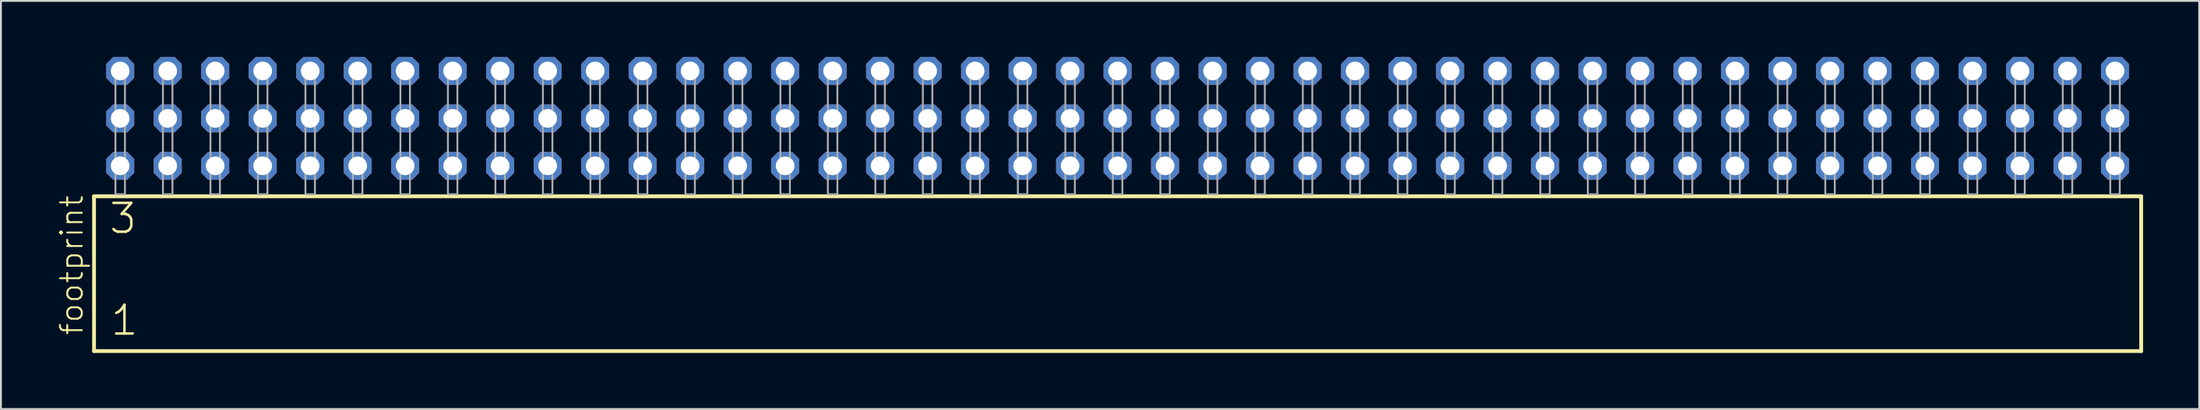
<source format=kicad_pcb>
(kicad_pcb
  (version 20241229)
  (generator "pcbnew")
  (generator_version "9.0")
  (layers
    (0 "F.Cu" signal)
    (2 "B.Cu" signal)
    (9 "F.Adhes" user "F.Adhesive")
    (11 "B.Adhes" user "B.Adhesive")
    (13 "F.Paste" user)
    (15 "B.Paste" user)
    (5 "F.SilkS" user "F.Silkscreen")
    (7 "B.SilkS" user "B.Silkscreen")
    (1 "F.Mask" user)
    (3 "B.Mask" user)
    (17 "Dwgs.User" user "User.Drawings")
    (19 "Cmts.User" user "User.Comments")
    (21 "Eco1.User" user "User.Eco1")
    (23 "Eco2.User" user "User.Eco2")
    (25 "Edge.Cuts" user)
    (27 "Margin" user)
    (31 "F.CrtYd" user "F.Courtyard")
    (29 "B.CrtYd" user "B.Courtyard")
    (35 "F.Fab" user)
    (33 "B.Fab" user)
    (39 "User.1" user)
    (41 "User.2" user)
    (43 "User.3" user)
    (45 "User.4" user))
  (footprint "footprint"
    (layer "F.Cu")
    (at 56.718 7.354)
    (property "Reference" "footprint" (at -55.245 7.62 90) (layer "F.SilkS") (effects (font (size 1.168 1.168) (thickness 0.102)) (justify left bottom)))
    (fp_line (start -54.739 0.106) (end -54.739 8.396) (stroke (width 0.203) (type solid)) (layer "F.SilkS"))
    (fp_line (start -54.739 8.396) (end 54.739 8.396) (stroke (width 0.203) (type solid)) (layer "F.SilkS"))
    (fp_line (start 54.739 0.106) (end -54.739 0.106) (stroke (width 0.203) (type solid)) (layer "F.SilkS"))
    (fp_line (start 54.739 8.396) (end 54.739 0.106) (stroke (width 0.203) (type solid)) (layer "F.SilkS"))
    (fp_poly (pts (xy -53.594 0) (xy -53.086 0) (xy -53.086 -6.858) (xy -53.594 -6.858)) (stroke (width 0.1) (type solid)) (fill no) (layer "F.Fab"))
    (fp_poly (pts (xy -51.054 0) (xy -50.546 0) (xy -50.546 -6.858) (xy -51.054 -6.858)) (stroke (width 0.1) (type solid)) (fill no) (layer "F.Fab"))
    (fp_poly (pts (xy -48.514 0) (xy -48.006 0) (xy -48.006 -6.858) (xy -48.514 -6.858)) (stroke (width 0.1) (type solid)) (fill no) (layer "F.Fab"))
    (fp_poly (pts (xy -45.974 0) (xy -45.466 0) (xy -45.466 -6.858) (xy -45.974 -6.858)) (stroke (width 0.1) (type solid)) (fill no) (layer "F.Fab"))
    (fp_poly (pts (xy -43.434 0) (xy -42.926 0) (xy -42.926 -6.858) (xy -43.434 -6.858)) (stroke (width 0.1) (type solid)) (fill no) (layer "F.Fab"))
    (fp_poly (pts (xy -40.894 0) (xy -40.386 0) (xy -40.386 -6.858) (xy -40.894 -6.858)) (stroke (width 0.1) (type solid)) (fill no) (layer "F.Fab"))
    (fp_poly (pts (xy -38.354 0) (xy -37.846 0) (xy -37.846 -6.858) (xy -38.354 -6.858)) (stroke (width 0.1) (type solid)) (fill no) (layer "F.Fab"))
    (fp_poly (pts (xy -35.814 0) (xy -35.306 0) (xy -35.306 -6.858) (xy -35.814 -6.858)) (stroke (width 0.1) (type solid)) (fill no) (layer "F.Fab"))
    (fp_poly (pts (xy -33.274 0) (xy -32.766 0) (xy -32.766 -6.858) (xy -33.274 -6.858)) (stroke (width 0.1) (type solid)) (fill no) (layer "F.Fab"))
    (fp_poly (pts (xy -30.734 0) (xy -30.226 0) (xy -30.226 -6.858) (xy -30.734 -6.858)) (stroke (width 0.1) (type solid)) (fill no) (layer "F.Fab"))
    (fp_poly (pts (xy -28.194 0) (xy -27.686 0) (xy -27.686 -6.858) (xy -28.194 -6.858)) (stroke (width 0.1) (type solid)) (fill no) (layer "F.Fab"))
    (fp_poly (pts (xy -25.654 0) (xy -25.146 0) (xy -25.146 -6.858) (xy -25.654 -6.858)) (stroke (width 0.1) (type solid)) (fill no) (layer "F.Fab"))
    (fp_poly (pts (xy -23.114 0) (xy -22.606 0) (xy -22.606 -6.858) (xy -23.114 -6.858)) (stroke (width 0.1) (type solid)) (fill no) (layer "F.Fab"))
    (fp_poly (pts (xy -20.574 0) (xy -20.066 0) (xy -20.066 -6.858) (xy -20.574 -6.858)) (stroke (width 0.1) (type solid)) (fill no) (layer "F.Fab"))
    (fp_poly (pts (xy -18.034 0) (xy -17.526 0) (xy -17.526 -6.858) (xy -18.034 -6.858)) (stroke (width 0.1) (type solid)) (fill no) (layer "F.Fab"))
    (fp_poly (pts (xy -15.494 0) (xy -14.986 0) (xy -14.986 -6.858) (xy -15.494 -6.858)) (stroke (width 0.1) (type solid)) (fill no) (layer "F.Fab"))
    (fp_poly (pts (xy -12.954 0) (xy -12.446 0) (xy -12.446 -6.858) (xy -12.954 -6.858)) (stroke (width 0.1) (type solid)) (fill no) (layer "F.Fab"))
    (fp_poly (pts (xy -10.414 0) (xy -9.906 0) (xy -9.906 -6.858) (xy -10.414 -6.858)) (stroke (width 0.1) (type solid)) (fill no) (layer "F.Fab"))
    (fp_poly (pts (xy -7.874 0) (xy -7.366 0) (xy -7.366 -6.858) (xy -7.874 -6.858)) (stroke (width 0.1) (type solid)) (fill no) (layer "F.Fab"))
    (fp_poly (pts (xy -5.334 0) (xy -4.826 0) (xy -4.826 -6.858) (xy -5.334 -6.858)) (stroke (width 0.1) (type solid)) (fill no) (layer "F.Fab"))
    (fp_poly (pts (xy -2.794 0) (xy -2.286 0) (xy -2.286 -6.858) (xy -2.794 -6.858)) (stroke (width 0.1) (type solid)) (fill no) (layer "F.Fab"))
    (fp_poly (pts (xy -0.254 0) (xy 0.254 0) (xy 0.254 -6.858) (xy -0.254 -6.858)) (stroke (width 0.1) (type solid)) (fill no) (layer "F.Fab"))
    (fp_poly (pts (xy 2.286 0) (xy 2.794 0) (xy 2.794 -6.858) (xy 2.286 -6.858)) (stroke (width 0.1) (type solid)) (fill no) (layer "F.Fab"))
    (fp_poly (pts (xy 4.826 0) (xy 5.334 0) (xy 5.334 -6.858) (xy 4.826 -6.858)) (stroke (width 0.1) (type solid)) (fill no) (layer "F.Fab"))
    (fp_poly (pts (xy 7.366 0) (xy 7.874 0) (xy 7.874 -6.858) (xy 7.366 -6.858)) (stroke (width 0.1) (type solid)) (fill no) (layer "F.Fab"))
    (fp_poly (pts (xy 9.906 0) (xy 10.414 0) (xy 10.414 -6.858) (xy 9.906 -6.858)) (stroke (width 0.1) (type solid)) (fill no) (layer "F.Fab"))
    (fp_poly (pts (xy 12.446 0) (xy 12.954 0) (xy 12.954 -6.858) (xy 12.446 -6.858)) (stroke (width 0.1) (type solid)) (fill no) (layer "F.Fab"))
    (fp_poly (pts (xy 14.986 0) (xy 15.494 0) (xy 15.494 -6.858) (xy 14.986 -6.858)) (stroke (width 0.1) (type solid)) (fill no) (layer "F.Fab"))
    (fp_poly (pts (xy 17.526 0) (xy 18.034 0) (xy 18.034 -6.858) (xy 17.526 -6.858)) (stroke (width 0.1) (type solid)) (fill no) (layer "F.Fab"))
    (fp_poly (pts (xy 20.066 0) (xy 20.574 0) (xy 20.574 -6.858) (xy 20.066 -6.858)) (stroke (width 0.1) (type solid)) (fill no) (layer "F.Fab"))
    (fp_poly (pts (xy 22.606 0) (xy 23.114 0) (xy 23.114 -6.858) (xy 22.606 -6.858)) (stroke (width 0.1) (type solid)) (fill no) (layer "F.Fab"))
    (fp_poly (pts (xy 25.146 0) (xy 25.654 0) (xy 25.654 -6.858) (xy 25.146 -6.858)) (stroke (width 0.1) (type solid)) (fill no) (layer "F.Fab"))
    (fp_poly (pts (xy 27.686 0) (xy 28.194 0) (xy 28.194 -6.858) (xy 27.686 -6.858)) (stroke (width 0.1) (type solid)) (fill no) (layer "F.Fab"))
    (fp_poly (pts (xy 30.226 0) (xy 30.734 0) (xy 30.734 -6.858) (xy 30.226 -6.858)) (stroke (width 0.1) (type solid)) (fill no) (layer "F.Fab"))
    (fp_poly (pts (xy 32.766 0) (xy 33.274 0) (xy 33.274 -6.858) (xy 32.766 -6.858)) (stroke (width 0.1) (type solid)) (fill no) (layer "F.Fab"))
    (fp_poly (pts (xy 35.306 0) (xy 35.814 0) (xy 35.814 -6.858) (xy 35.306 -6.858)) (stroke (width 0.1) (type solid)) (fill no) (layer "F.Fab"))
    (fp_poly (pts (xy 37.846 0) (xy 38.354 0) (xy 38.354 -6.858) (xy 37.846 -6.858)) (stroke (width 0.1) (type solid)) (fill no) (layer "F.Fab"))
    (fp_poly (pts (xy 40.386 0) (xy 40.894 0) (xy 40.894 -6.858) (xy 40.386 -6.858)) (stroke (width 0.1) (type solid)) (fill no) (layer "F.Fab"))
    (fp_poly (pts (xy 42.926 0) (xy 43.434 0) (xy 43.434 -6.858) (xy 42.926 -6.858)) (stroke (width 0.1) (type solid)) (fill no) (layer "F.Fab"))
    (fp_poly (pts (xy 45.466 0) (xy 45.974 0) (xy 45.974 -6.858) (xy 45.466 -6.858)) (stroke (width 0.1) (type solid)) (fill no) (layer "F.Fab"))
    (fp_poly (pts (xy 48.006 0) (xy 48.514 0) (xy 48.514 -6.858) (xy 48.006 -6.858)) (stroke (width 0.1) (type solid)) (fill no) (layer "F.Fab"))
    (fp_poly (pts (xy 50.546 0) (xy 51.054 0) (xy 51.054 -6.858) (xy 50.546 -6.858)) (stroke (width 0.1) (type solid)) (fill no) (layer "F.Fab"))
    (fp_poly (pts (xy 53.086 0) (xy 53.594 0) (xy 53.594 -6.858) (xy 53.086 -6.858)) (stroke (width 0.1) (type solid)) (fill no) (layer "F.Fab"))
    (fp_text user "3" (at -54.01 2.2 0) (layer "F.SilkS") (effects (font (size 1.542 1.542) (thickness 0.134)) (justify left bottom)))
    (fp_text user "1" (at -53.935 7.65 0) (layer "F.SilkS") (effects (font (size 1.542 1.542) (thickness 0.134)) (justify left bottom)))
    (pad "1" thru_hole roundrect (at -53.34 -1.524) (size 1.5 1.5) (drill 1) (layers "*.Cu" "*.Mask") (roundrect_rratio 0.25) (chamfer_ratio 0.25) (chamfer top_left top_right bottom_left bottom_right))
    (pad "2" thru_hole roundrect (at -53.34 -4.064) (size 1.5 1.5) (drill 1) (layers "*.Cu" "*.Mask") (roundrect_rratio 0.25) (chamfer_ratio 0.25) (chamfer top_left top_right bottom_left bottom_right))
    (pad "3" thru_hole roundrect (at -53.34 -6.604) (size 1.5 1.5) (drill 1) (layers "*.Cu" "*.Mask") (roundrect_rratio 0.25) (chamfer_ratio 0.25) (chamfer top_left top_right bottom_left bottom_right))
    (pad "4" thru_hole roundrect (at -50.8 -1.524) (size 1.5 1.5) (drill 1) (layers "*.Cu" "*.Mask") (roundrect_rratio 0.25) (chamfer_ratio 0.25) (chamfer top_left top_right bottom_left bottom_right))
    (pad "5" thru_hole roundrect (at -50.8 -4.064) (size 1.5 1.5) (drill 1) (layers "*.Cu" "*.Mask") (roundrect_rratio 0.25) (chamfer_ratio 0.25) (chamfer top_left top_right bottom_left bottom_right))
    (pad "6" thru_hole roundrect (at -50.8 -6.604) (size 1.5 1.5) (drill 1) (layers "*.Cu" "*.Mask") (roundrect_rratio 0.25) (chamfer_ratio 0.25) (chamfer top_left top_right bottom_left bottom_right))
    (pad "7" thru_hole roundrect (at -48.26 -1.524) (size 1.5 1.5) (drill 1) (layers "*.Cu" "*.Mask") (roundrect_rratio 0.25) (chamfer_ratio 0.25) (chamfer top_left top_right bottom_left bottom_right))
    (pad "8" thru_hole roundrect (at -48.26 -4.064) (size 1.5 1.5) (drill 1) (layers "*.Cu" "*.Mask") (roundrect_rratio 0.25) (chamfer_ratio 0.25) (chamfer top_left top_right bottom_left bottom_right))
    (pad "9" thru_hole roundrect (at -48.26 -6.604) (size 1.5 1.5) (drill 1) (layers "*.Cu" "*.Mask") (roundrect_rratio 0.25) (chamfer_ratio 0.25) (chamfer top_left top_right bottom_left bottom_right))
    (pad "10" thru_hole roundrect (at -45.72 -1.524) (size 1.5 1.5) (drill 1) (layers "*.Cu" "*.Mask") (roundrect_rratio 0.25) (chamfer_ratio 0.25) (chamfer top_left top_right bottom_left bottom_right))
    (pad "11" thru_hole roundrect (at -45.72 -4.064) (size 1.5 1.5) (drill 1) (layers "*.Cu" "*.Mask") (roundrect_rratio 0.25) (chamfer_ratio 0.25) (chamfer top_left top_right bottom_left bottom_right))
    (pad "12" thru_hole roundrect (at -45.72 -6.604) (size 1.5 1.5) (drill 1) (layers "*.Cu" "*.Mask") (roundrect_rratio 0.25) (chamfer_ratio 0.25) (chamfer top_left top_right bottom_left bottom_right))
    (pad "13" thru_hole roundrect (at -43.18 -1.524) (size 1.5 1.5) (drill 1) (layers "*.Cu" "*.Mask") (roundrect_rratio 0.25) (chamfer_ratio 0.25) (chamfer top_left top_right bottom_left bottom_right))
    (pad "14" thru_hole roundrect (at -43.18 -4.064) (size 1.5 1.5) (drill 1) (layers "*.Cu" "*.Mask") (roundrect_rratio 0.25) (chamfer_ratio 0.25) (chamfer top_left top_right bottom_left bottom_right))
    (pad "15" thru_hole roundrect (at -43.18 -6.604) (size 1.5 1.5) (drill 1) (layers "*.Cu" "*.Mask") (roundrect_rratio 0.25) (chamfer_ratio 0.25) (chamfer top_left top_right bottom_left bottom_right))
    (pad "16" thru_hole roundrect (at -40.64 -1.524) (size 1.5 1.5) (drill 1) (layers "*.Cu" "*.Mask") (roundrect_rratio 0.25) (chamfer_ratio 0.25) (chamfer top_left top_right bottom_left bottom_right))
    (pad "17" thru_hole roundrect (at -40.64 -4.064) (size 1.5 1.5) (drill 1) (layers "*.Cu" "*.Mask") (roundrect_rratio 0.25) (chamfer_ratio 0.25) (chamfer top_left top_right bottom_left bottom_right))
    (pad "18" thru_hole roundrect (at -40.64 -6.604) (size 1.5 1.5) (drill 1) (layers "*.Cu" "*.Mask") (roundrect_rratio 0.25) (chamfer_ratio 0.25) (chamfer top_left top_right bottom_left bottom_right))
    (pad "19" thru_hole roundrect (at -38.1 -1.524) (size 1.5 1.5) (drill 1) (layers "*.Cu" "*.Mask") (roundrect_rratio 0.25) (chamfer_ratio 0.25) (chamfer top_left top_right bottom_left bottom_right))
    (pad "20" thru_hole roundrect (at -38.1 -4.064) (size 1.5 1.5) (drill 1) (layers "*.Cu" "*.Mask") (roundrect_rratio 0.25) (chamfer_ratio 0.25) (chamfer top_left top_right bottom_left bottom_right))
    (pad "21" thru_hole roundrect (at -38.1 -6.604) (size 1.5 1.5) (drill 1) (layers "*.Cu" "*.Mask") (roundrect_rratio 0.25) (chamfer_ratio 0.25) (chamfer top_left top_right bottom_left bottom_right))
    (pad "22" thru_hole roundrect (at -35.56 -1.524) (size 1.5 1.5) (drill 1) (layers "*.Cu" "*.Mask") (roundrect_rratio 0.25) (chamfer_ratio 0.25) (chamfer top_left top_right bottom_left bottom_right))
    (pad "23" thru_hole roundrect (at -35.56 -4.064) (size 1.5 1.5) (drill 1) (layers "*.Cu" "*.Mask") (roundrect_rratio 0.25) (chamfer_ratio 0.25) (chamfer top_left top_right bottom_left bottom_right))
    (pad "24" thru_hole roundrect (at -35.56 -6.604) (size 1.5 1.5) (drill 1) (layers "*.Cu" "*.Mask") (roundrect_rratio 0.25) (chamfer_ratio 0.25) (chamfer top_left top_right bottom_left bottom_right))
    (pad "25" thru_hole roundrect (at -33.02 -1.524) (size 1.5 1.5) (drill 1) (layers "*.Cu" "*.Mask") (roundrect_rratio 0.25) (chamfer_ratio 0.25) (chamfer top_left top_right bottom_left bottom_right))
    (pad "26" thru_hole roundrect (at -33.02 -4.064) (size 1.5 1.5) (drill 1) (layers "*.Cu" "*.Mask") (roundrect_rratio 0.25) (chamfer_ratio 0.25) (chamfer top_left top_right bottom_left bottom_right))
    (pad "27" thru_hole roundrect (at -33.02 -6.604) (size 1.5 1.5) (drill 1) (layers "*.Cu" "*.Mask") (roundrect_rratio 0.25) (chamfer_ratio 0.25) (chamfer top_left top_right bottom_left bottom_right))
    (pad "28" thru_hole roundrect (at -30.48 -1.524) (size 1.5 1.5) (drill 1) (layers "*.Cu" "*.Mask") (roundrect_rratio 0.25) (chamfer_ratio 0.25) (chamfer top_left top_right bottom_left bottom_right))
    (pad "29" thru_hole roundrect (at -30.48 -4.064) (size 1.5 1.5) (drill 1) (layers "*.Cu" "*.Mask") (roundrect_rratio 0.25) (chamfer_ratio 0.25) (chamfer top_left top_right bottom_left bottom_right))
    (pad "30" thru_hole roundrect (at -30.48 -6.604) (size 1.5 1.5) (drill 1) (layers "*.Cu" "*.Mask") (roundrect_rratio 0.25) (chamfer_ratio 0.25) (chamfer top_left top_right bottom_left bottom_right))
    (pad "31" thru_hole roundrect (at -27.94 -1.524) (size 1.5 1.5) (drill 1) (layers "*.Cu" "*.Mask") (roundrect_rratio 0.25) (chamfer_ratio 0.25) (chamfer top_left top_right bottom_left bottom_right))
    (pad "32" thru_hole roundrect (at -27.94 -4.064) (size 1.5 1.5) (drill 1) (layers "*.Cu" "*.Mask") (roundrect_rratio 0.25) (chamfer_ratio 0.25) (chamfer top_left top_right bottom_left bottom_right))
    (pad "33" thru_hole roundrect (at -27.94 -6.604) (size 1.5 1.5) (drill 1) (layers "*.Cu" "*.Mask") (roundrect_rratio 0.25) (chamfer_ratio 0.25) (chamfer top_left top_right bottom_left bottom_right))
    (pad "34" thru_hole roundrect (at -25.4 -1.524) (size 1.5 1.5) (drill 1) (layers "*.Cu" "*.Mask") (roundrect_rratio 0.25) (chamfer_ratio 0.25) (chamfer top_left top_right bottom_left bottom_right))
    (pad "35" thru_hole roundrect (at -25.4 -4.064) (size 1.5 1.5) (drill 1) (layers "*.Cu" "*.Mask") (roundrect_rratio 0.25) (chamfer_ratio 0.25) (chamfer top_left top_right bottom_left bottom_right))
    (pad "36" thru_hole roundrect (at -25.4 -6.604) (size 1.5 1.5) (drill 1) (layers "*.Cu" "*.Mask") (roundrect_rratio 0.25) (chamfer_ratio 0.25) (chamfer top_left top_right bottom_left bottom_right))
    (pad "37" thru_hole roundrect (at -22.86 -1.524) (size 1.5 1.5) (drill 1) (layers "*.Cu" "*.Mask") (roundrect_rratio 0.25) (chamfer_ratio 0.25) (chamfer top_left top_right bottom_left bottom_right))
    (pad "38" thru_hole roundrect (at -22.86 -4.064) (size 1.5 1.5) (drill 1) (layers "*.Cu" "*.Mask") (roundrect_rratio 0.25) (chamfer_ratio 0.25) (chamfer top_left top_right bottom_left bottom_right))
    (pad "39" thru_hole roundrect (at -22.86 -6.604) (size 1.5 1.5) (drill 1) (layers "*.Cu" "*.Mask") (roundrect_rratio 0.25) (chamfer_ratio 0.25) (chamfer top_left top_right bottom_left bottom_right))
    (pad "40" thru_hole roundrect (at -20.32 -1.524) (size 1.5 1.5) (drill 1) (layers "*.Cu" "*.Mask") (roundrect_rratio 0.25) (chamfer_ratio 0.25) (chamfer top_left top_right bottom_left bottom_right))
    (pad "41" thru_hole roundrect (at -20.32 -4.064) (size 1.5 1.5) (drill 1) (layers "*.Cu" "*.Mask") (roundrect_rratio 0.25) (chamfer_ratio 0.25) (chamfer top_left top_right bottom_left bottom_right))
    (pad "42" thru_hole roundrect (at -20.32 -6.604) (size 1.5 1.5) (drill 1) (layers "*.Cu" "*.Mask") (roundrect_rratio 0.25) (chamfer_ratio 0.25) (chamfer top_left top_right bottom_left bottom_right))
    (pad "43" thru_hole roundrect (at -17.78 -1.524) (size 1.5 1.5) (drill 1) (layers "*.Cu" "*.Mask") (roundrect_rratio 0.25) (chamfer_ratio 0.25) (chamfer top_left top_right bottom_left bottom_right))
    (pad "44" thru_hole roundrect (at -17.78 -4.064) (size 1.5 1.5) (drill 1) (layers "*.Cu" "*.Mask") (roundrect_rratio 0.25) (chamfer_ratio 0.25) (chamfer top_left top_right bottom_left bottom_right))
    (pad "45" thru_hole roundrect (at -17.78 -6.604) (size 1.5 1.5) (drill 1) (layers "*.Cu" "*.Mask") (roundrect_rratio 0.25) (chamfer_ratio 0.25) (chamfer top_left top_right bottom_left bottom_right))
    (pad "46" thru_hole roundrect (at -15.24 -1.524) (size 1.5 1.5) (drill 1) (layers "*.Cu" "*.Mask") (roundrect_rratio 0.25) (chamfer_ratio 0.25) (chamfer top_left top_right bottom_left bottom_right))
    (pad "47" thru_hole roundrect (at -15.24 -4.064) (size 1.5 1.5) (drill 1) (layers "*.Cu" "*.Mask") (roundrect_rratio 0.25) (chamfer_ratio 0.25) (chamfer top_left top_right bottom_left bottom_right))
    (pad "48" thru_hole roundrect (at -15.24 -6.604) (size 1.5 1.5) (drill 1) (layers "*.Cu" "*.Mask") (roundrect_rratio 0.25) (chamfer_ratio 0.25) (chamfer top_left top_right bottom_left bottom_right))
    (pad "49" thru_hole roundrect (at -12.7 -1.524) (size 1.5 1.5) (drill 1) (layers "*.Cu" "*.Mask") (roundrect_rratio 0.25) (chamfer_ratio 0.25) (chamfer top_left top_right bottom_left bottom_right))
    (pad "50" thru_hole roundrect (at -12.7 -4.064) (size 1.5 1.5) (drill 1) (layers "*.Cu" "*.Mask") (roundrect_rratio 0.25) (chamfer_ratio 0.25) (chamfer top_left top_right bottom_left bottom_right))
    (pad "51" thru_hole roundrect (at -12.7 -6.604) (size 1.5 1.5) (drill 1) (layers "*.Cu" "*.Mask") (roundrect_rratio 0.25) (chamfer_ratio 0.25) (chamfer top_left top_right bottom_left bottom_right))
    (pad "52" thru_hole roundrect (at -10.16 -1.524) (size 1.5 1.5) (drill 1) (layers "*.Cu" "*.Mask") (roundrect_rratio 0.25) (chamfer_ratio 0.25) (chamfer top_left top_right bottom_left bottom_right))
    (pad "53" thru_hole roundrect (at -10.16 -4.064) (size 1.5 1.5) (drill 1) (layers "*.Cu" "*.Mask") (roundrect_rratio 0.25) (chamfer_ratio 0.25) (chamfer top_left top_right bottom_left bottom_right))
    (pad "54" thru_hole roundrect (at -10.16 -6.604) (size 1.5 1.5) (drill 1) (layers "*.Cu" "*.Mask") (roundrect_rratio 0.25) (chamfer_ratio 0.25) (chamfer top_left top_right bottom_left bottom_right))
    (pad "55" thru_hole roundrect (at -7.62 -1.524) (size 1.5 1.5) (drill 1) (layers "*.Cu" "*.Mask") (roundrect_rratio 0.25) (chamfer_ratio 0.25) (chamfer top_left top_right bottom_left bottom_right))
    (pad "56" thru_hole roundrect (at -7.62 -4.064) (size 1.5 1.5) (drill 1) (layers "*.Cu" "*.Mask") (roundrect_rratio 0.25) (chamfer_ratio 0.25) (chamfer top_left top_right bottom_left bottom_right))
    (pad "57" thru_hole roundrect (at -7.62 -6.604) (size 1.5 1.5) (drill 1) (layers "*.Cu" "*.Mask") (roundrect_rratio 0.25) (chamfer_ratio 0.25) (chamfer top_left top_right bottom_left bottom_right))
    (pad "58" thru_hole roundrect (at -5.08 -1.524) (size 1.5 1.5) (drill 1) (layers "*.Cu" "*.Mask") (roundrect_rratio 0.25) (chamfer_ratio 0.25) (chamfer top_left top_right bottom_left bottom_right))
    (pad "59" thru_hole roundrect (at -5.08 -4.064) (size 1.5 1.5) (drill 1) (layers "*.Cu" "*.Mask") (roundrect_rratio 0.25) (chamfer_ratio 0.25) (chamfer top_left top_right bottom_left bottom_right))
    (pad "60" thru_hole roundrect (at -5.08 -6.604) (size 1.5 1.5) (drill 1) (layers "*.Cu" "*.Mask") (roundrect_rratio 0.25) (chamfer_ratio 0.25) (chamfer top_left top_right bottom_left bottom_right))
    (pad "61" thru_hole roundrect (at -2.54 -1.524) (size 1.5 1.5) (drill 1) (layers "*.Cu" "*.Mask") (roundrect_rratio 0.25) (chamfer_ratio 0.25) (chamfer top_left top_right bottom_left bottom_right))
    (pad "62" thru_hole roundrect (at -2.54 -4.064) (size 1.5 1.5) (drill 1) (layers "*.Cu" "*.Mask") (roundrect_rratio 0.25) (chamfer_ratio 0.25) (chamfer top_left top_right bottom_left bottom_right))
    (pad "63" thru_hole roundrect (at -2.54 -6.604) (size 1.5 1.5) (drill 1) (layers "*.Cu" "*.Mask") (roundrect_rratio 0.25) (chamfer_ratio 0.25) (chamfer top_left top_right bottom_left bottom_right))
    (pad "64" thru_hole roundrect (at 0 -1.524) (size 1.5 1.5) (drill 1) (layers "*.Cu" "*.Mask") (roundrect_rratio 0.25) (chamfer_ratio 0.25) (chamfer top_left top_right bottom_left bottom_right))
    (pad "65" thru_hole roundrect (at 0 -4.064) (size 1.5 1.5) (drill 1) (layers "*.Cu" "*.Mask") (roundrect_rratio 0.25) (chamfer_ratio 0.25) (chamfer top_left top_right bottom_left bottom_right))
    (pad "66" thru_hole roundrect (at 0 -6.604) (size 1.5 1.5) (drill 1) (layers "*.Cu" "*.Mask") (roundrect_rratio 0.25) (chamfer_ratio 0.25) (chamfer top_left top_right bottom_left bottom_right))
    (pad "67" thru_hole roundrect (at 2.54 -1.524) (size 1.5 1.5) (drill 1) (layers "*.Cu" "*.Mask") (roundrect_rratio 0.25) (chamfer_ratio 0.25) (chamfer top_left top_right bottom_left bottom_right))
    (pad "68" thru_hole roundrect (at 2.54 -4.064) (size 1.5 1.5) (drill 1) (layers "*.Cu" "*.Mask") (roundrect_rratio 0.25) (chamfer_ratio 0.25) (chamfer top_left top_right bottom_left bottom_right))
    (pad "69" thru_hole roundrect (at 2.54 -6.604) (size 1.5 1.5) (drill 1) (layers "*.Cu" "*.Mask") (roundrect_rratio 0.25) (chamfer_ratio 0.25) (chamfer top_left top_right bottom_left bottom_right))
    (pad "70" thru_hole roundrect (at 5.08 -1.524) (size 1.5 1.5) (drill 1) (layers "*.Cu" "*.Mask") (roundrect_rratio 0.25) (chamfer_ratio 0.25) (chamfer top_left top_right bottom_left bottom_right))
    (pad "71" thru_hole roundrect (at 5.08 -4.064) (size 1.5 1.5) (drill 1) (layers "*.Cu" "*.Mask") (roundrect_rratio 0.25) (chamfer_ratio 0.25) (chamfer top_left top_right bottom_left bottom_right))
    (pad "72" thru_hole roundrect (at 5.08 -6.604) (size 1.5 1.5) (drill 1) (layers "*.Cu" "*.Mask") (roundrect_rratio 0.25) (chamfer_ratio 0.25) (chamfer top_left top_right bottom_left bottom_right))
    (pad "73" thru_hole roundrect (at 7.62 -1.524) (size 1.5 1.5) (drill 1) (layers "*.Cu" "*.Mask") (roundrect_rratio 0.25) (chamfer_ratio 0.25) (chamfer top_left top_right bottom_left bottom_right))
    (pad "74" thru_hole roundrect (at 7.62 -4.064) (size 1.5 1.5) (drill 1) (layers "*.Cu" "*.Mask") (roundrect_rratio 0.25) (chamfer_ratio 0.25) (chamfer top_left top_right bottom_left bottom_right))
    (pad "75" thru_hole roundrect (at 7.62 -6.604) (size 1.5 1.5) (drill 1) (layers "*.Cu" "*.Mask") (roundrect_rratio 0.25) (chamfer_ratio 0.25) (chamfer top_left top_right bottom_left bottom_right))
    (pad "76" thru_hole roundrect (at 10.16 -1.524) (size 1.5 1.5) (drill 1) (layers "*.Cu" "*.Mask") (roundrect_rratio 0.25) (chamfer_ratio 0.25) (chamfer top_left top_right bottom_left bottom_right))
    (pad "77" thru_hole roundrect (at 10.16 -4.064) (size 1.5 1.5) (drill 1) (layers "*.Cu" "*.Mask") (roundrect_rratio 0.25) (chamfer_ratio 0.25) (chamfer top_left top_right bottom_left bottom_right))
    (pad "78" thru_hole roundrect (at 10.16 -6.604) (size 1.5 1.5) (drill 1) (layers "*.Cu" "*.Mask") (roundrect_rratio 0.25) (chamfer_ratio 0.25) (chamfer top_left top_right bottom_left bottom_right))
    (pad "79" thru_hole roundrect (at 12.7 -1.524) (size 1.5 1.5) (drill 1) (layers "*.Cu" "*.Mask") (roundrect_rratio 0.25) (chamfer_ratio 0.25) (chamfer top_left top_right bottom_left bottom_right))
    (pad "80" thru_hole roundrect (at 12.7 -4.064) (size 1.5 1.5) (drill 1) (layers "*.Cu" "*.Mask") (roundrect_rratio 0.25) (chamfer_ratio 0.25) (chamfer top_left top_right bottom_left bottom_right))
    (pad "81" thru_hole roundrect (at 12.7 -6.604) (size 1.5 1.5) (drill 1) (layers "*.Cu" "*.Mask") (roundrect_rratio 0.25) (chamfer_ratio 0.25) (chamfer top_left top_right bottom_left bottom_right))
    (pad "82" thru_hole roundrect (at 15.24 -1.524) (size 1.5 1.5) (drill 1) (layers "*.Cu" "*.Mask") (roundrect_rratio 0.25) (chamfer_ratio 0.25) (chamfer top_left top_right bottom_left bottom_right))
    (pad "83" thru_hole roundrect (at 15.24 -4.064) (size 1.5 1.5) (drill 1) (layers "*.Cu" "*.Mask") (roundrect_rratio 0.25) (chamfer_ratio 0.25) (chamfer top_left top_right bottom_left bottom_right))
    (pad "84" thru_hole roundrect (at 15.24 -6.604) (size 1.5 1.5) (drill 1) (layers "*.Cu" "*.Mask") (roundrect_rratio 0.25) (chamfer_ratio 0.25) (chamfer top_left top_right bottom_left bottom_right))
    (pad "85" thru_hole roundrect (at 17.78 -1.524) (size 1.5 1.5) (drill 1) (layers "*.Cu" "*.Mask") (roundrect_rratio 0.25) (chamfer_ratio 0.25) (chamfer top_left top_right bottom_left bottom_right))
    (pad "86" thru_hole roundrect (at 17.78 -4.064) (size 1.5 1.5) (drill 1) (layers "*.Cu" "*.Mask") (roundrect_rratio 0.25) (chamfer_ratio 0.25) (chamfer top_left top_right bottom_left bottom_right))
    (pad "87" thru_hole roundrect (at 17.78 -6.604) (size 1.5 1.5) (drill 1) (layers "*.Cu" "*.Mask") (roundrect_rratio 0.25) (chamfer_ratio 0.25) (chamfer top_left top_right bottom_left bottom_right))
    (pad "88" thru_hole roundrect (at 20.32 -1.524) (size 1.5 1.5) (drill 1) (layers "*.Cu" "*.Mask") (roundrect_rratio 0.25) (chamfer_ratio 0.25) (chamfer top_left top_right bottom_left bottom_right))
    (pad "89" thru_hole roundrect (at 20.32 -4.064) (size 1.5 1.5) (drill 1) (layers "*.Cu" "*.Mask") (roundrect_rratio 0.25) (chamfer_ratio 0.25) (chamfer top_left top_right bottom_left bottom_right))
    (pad "90" thru_hole roundrect (at 20.32 -6.604) (size 1.5 1.5) (drill 1) (layers "*.Cu" "*.Mask") (roundrect_rratio 0.25) (chamfer_ratio 0.25) (chamfer top_left top_right bottom_left bottom_right))
    (pad "91" thru_hole roundrect (at 22.86 -1.524) (size 1.5 1.5) (drill 1) (layers "*.Cu" "*.Mask") (roundrect_rratio 0.25) (chamfer_ratio 0.25) (chamfer top_left top_right bottom_left bottom_right))
    (pad "92" thru_hole roundrect (at 22.86 -4.064) (size 1.5 1.5) (drill 1) (layers "*.Cu" "*.Mask") (roundrect_rratio 0.25) (chamfer_ratio 0.25) (chamfer top_left top_right bottom_left bottom_right))
    (pad "93" thru_hole roundrect (at 22.86 -6.604) (size 1.5 1.5) (drill 1) (layers "*.Cu" "*.Mask") (roundrect_rratio 0.25) (chamfer_ratio 0.25) (chamfer top_left top_right bottom_left bottom_right))
    (pad "94" thru_hole roundrect (at 25.4 -1.524) (size 1.5 1.5) (drill 1) (layers "*.Cu" "*.Mask") (roundrect_rratio 0.25) (chamfer_ratio 0.25) (chamfer top_left top_right bottom_left bottom_right))
    (pad "95" thru_hole roundrect (at 25.4 -4.064) (size 1.5 1.5) (drill 1) (layers "*.Cu" "*.Mask") (roundrect_rratio 0.25) (chamfer_ratio 0.25) (chamfer top_left top_right bottom_left bottom_right))
    (pad "96" thru_hole roundrect (at 25.4 -6.604) (size 1.5 1.5) (drill 1) (layers "*.Cu" "*.Mask") (roundrect_rratio 0.25) (chamfer_ratio 0.25) (chamfer top_left top_right bottom_left bottom_right))
    (pad "97" thru_hole roundrect (at 27.94 -1.524) (size 1.5 1.5) (drill 1) (layers "*.Cu" "*.Mask") (roundrect_rratio 0.25) (chamfer_ratio 0.25) (chamfer top_left top_right bottom_left bottom_right))
    (pad "98" thru_hole roundrect (at 27.94 -4.064) (size 1.5 1.5) (drill 1) (layers "*.Cu" "*.Mask") (roundrect_rratio 0.25) (chamfer_ratio 0.25) (chamfer top_left top_right bottom_left bottom_right))
    (pad "99" thru_hole roundrect (at 27.94 -6.604) (size 1.5 1.5) (drill 1) (layers "*.Cu" "*.Mask") (roundrect_rratio 0.25) (chamfer_ratio 0.25) (chamfer top_left top_right bottom_left bottom_right))
    (pad "100" thru_hole roundrect (at 30.48 -1.524) (size 1.5 1.5) (drill 1) (layers "*.Cu" "*.Mask") (roundrect_rratio 0.25) (chamfer_ratio 0.25) (chamfer top_left top_right bottom_left bottom_right))
    (pad "101" thru_hole roundrect (at 30.48 -4.064) (size 1.5 1.5) (drill 1) (layers "*.Cu" "*.Mask") (roundrect_rratio 0.25) (chamfer_ratio 0.25) (chamfer top_left top_right bottom_left bottom_right))
    (pad "102" thru_hole roundrect (at 30.48 -6.604) (size 1.5 1.5) (drill 1) (layers "*.Cu" "*.Mask") (roundrect_rratio 0.25) (chamfer_ratio 0.25) (chamfer top_left top_right bottom_left bottom_right))
    (pad "103" thru_hole roundrect (at 33.02 -1.524) (size 1.5 1.5) (drill 1) (layers "*.Cu" "*.Mask") (roundrect_rratio 0.25) (chamfer_ratio 0.25) (chamfer top_left top_right bottom_left bottom_right))
    (pad "104" thru_hole roundrect (at 33.02 -4.064) (size 1.5 1.5) (drill 1) (layers "*.Cu" "*.Mask") (roundrect_rratio 0.25) (chamfer_ratio 0.25) (chamfer top_left top_right bottom_left bottom_right))
    (pad "105" thru_hole roundrect (at 33.02 -6.604) (size 1.5 1.5) (drill 1) (layers "*.Cu" "*.Mask") (roundrect_rratio 0.25) (chamfer_ratio 0.25) (chamfer top_left top_right bottom_left bottom_right))
    (pad "106" thru_hole roundrect (at 35.56 -1.524) (size 1.5 1.5) (drill 1) (layers "*.Cu" "*.Mask") (roundrect_rratio 0.25) (chamfer_ratio 0.25) (chamfer top_left top_right bottom_left bottom_right))
    (pad "107" thru_hole roundrect (at 35.56 -4.064) (size 1.5 1.5) (drill 1) (layers "*.Cu" "*.Mask") (roundrect_rratio 0.25) (chamfer_ratio 0.25) (chamfer top_left top_right bottom_left bottom_right))
    (pad "108" thru_hole roundrect (at 35.56 -6.604) (size 1.5 1.5) (drill 1) (layers "*.Cu" "*.Mask") (roundrect_rratio 0.25) (chamfer_ratio 0.25) (chamfer top_left top_right bottom_left bottom_right))
    (pad "109" thru_hole roundrect (at 38.1 -1.524) (size 1.5 1.5) (drill 1) (layers "*.Cu" "*.Mask") (roundrect_rratio 0.25) (chamfer_ratio 0.25) (chamfer top_left top_right bottom_left bottom_right))
    (pad "110" thru_hole roundrect (at 38.1 -4.064) (size 1.5 1.5) (drill 1) (layers "*.Cu" "*.Mask") (roundrect_rratio 0.25) (chamfer_ratio 0.25) (chamfer top_left top_right bottom_left bottom_right))
    (pad "111" thru_hole roundrect (at 38.1 -6.604) (size 1.5 1.5) (drill 1) (layers "*.Cu" "*.Mask") (roundrect_rratio 0.25) (chamfer_ratio 0.25) (chamfer top_left top_right bottom_left bottom_right))
    (pad "112" thru_hole roundrect (at 40.64 -1.524) (size 1.5 1.5) (drill 1) (layers "*.Cu" "*.Mask") (roundrect_rratio 0.25) (chamfer_ratio 0.25) (chamfer top_left top_right bottom_left bottom_right))
    (pad "113" thru_hole roundrect (at 40.64 -4.064) (size 1.5 1.5) (drill 1) (layers "*.Cu" "*.Mask") (roundrect_rratio 0.25) (chamfer_ratio 0.25) (chamfer top_left top_right bottom_left bottom_right))
    (pad "114" thru_hole roundrect (at 40.64 -6.604) (size 1.5 1.5) (drill 1) (layers "*.Cu" "*.Mask") (roundrect_rratio 0.25) (chamfer_ratio 0.25) (chamfer top_left top_right bottom_left bottom_right))
    (pad "115" thru_hole roundrect (at 43.18 -1.524) (size 1.5 1.5) (drill 1) (layers "*.Cu" "*.Mask") (roundrect_rratio 0.25) (chamfer_ratio 0.25) (chamfer top_left top_right bottom_left bottom_right))
    (pad "116" thru_hole roundrect (at 43.18 -4.064) (size 1.5 1.5) (drill 1) (layers "*.Cu" "*.Mask") (roundrect_rratio 0.25) (chamfer_ratio 0.25) (chamfer top_left top_right bottom_left bottom_right))
    (pad "117" thru_hole roundrect (at 43.18 -6.604) (size 1.5 1.5) (drill 1) (layers "*.Cu" "*.Mask") (roundrect_rratio 0.25) (chamfer_ratio 0.25) (chamfer top_left top_right bottom_left bottom_right))
    (pad "118" thru_hole roundrect (at 45.72 -1.524) (size 1.5 1.5) (drill 1) (layers "*.Cu" "*.Mask") (roundrect_rratio 0.25) (chamfer_ratio 0.25) (chamfer top_left top_right bottom_left bottom_right))
    (pad "119" thru_hole roundrect (at 45.72 -4.064) (size 1.5 1.5) (drill 1) (layers "*.Cu" "*.Mask") (roundrect_rratio 0.25) (chamfer_ratio 0.25) (chamfer top_left top_right bottom_left bottom_right))
    (pad "120" thru_hole roundrect (at 45.72 -6.604) (size 1.5 1.5) (drill 1) (layers "*.Cu" "*.Mask") (roundrect_rratio 0.25) (chamfer_ratio 0.25) (chamfer top_left top_right bottom_left bottom_right))
    (pad "121" thru_hole roundrect (at 48.26 -1.524) (size 1.5 1.5) (drill 1) (layers "*.Cu" "*.Mask") (roundrect_rratio 0.25) (chamfer_ratio 0.25) (chamfer top_left top_right bottom_left bottom_right))
    (pad "122" thru_hole roundrect (at 48.26 -4.064) (size 1.5 1.5) (drill 1) (layers "*.Cu" "*.Mask") (roundrect_rratio 0.25) (chamfer_ratio 0.25) (chamfer top_left top_right bottom_left bottom_right))
    (pad "123" thru_hole roundrect (at 48.26 -6.604) (size 1.5 1.5) (drill 1) (layers "*.Cu" "*.Mask") (roundrect_rratio 0.25) (chamfer_ratio 0.25) (chamfer top_left top_right bottom_left bottom_right))
    (pad "124" thru_hole roundrect (at 50.8 -1.524) (size 1.5 1.5) (drill 1) (layers "*.Cu" "*.Mask") (roundrect_rratio 0.25) (chamfer_ratio 0.25) (chamfer top_left top_right bottom_left bottom_right))
    (pad "125" thru_hole roundrect (at 50.8 -4.064) (size 1.5 1.5) (drill 1) (layers "*.Cu" "*.Mask") (roundrect_rratio 0.25) (chamfer_ratio 0.25) (chamfer top_left top_right bottom_left bottom_right))
    (pad "126" thru_hole roundrect (at 50.8 -6.604) (size 1.5 1.5) (drill 1) (layers "*.Cu" "*.Mask") (roundrect_rratio 0.25) (chamfer_ratio 0.25) (chamfer top_left top_right bottom_left bottom_right))
    (pad "127" thru_hole roundrect (at 53.34 -1.524) (size 1.5 1.5) (drill 1) (layers "*.Cu" "*.Mask") (roundrect_rratio 0.25) (chamfer_ratio 0.25) (chamfer top_left top_right bottom_left bottom_right))
    (pad "128" thru_hole roundrect (at 53.34 -4.064) (size 1.5 1.5) (drill 1) (layers "*.Cu" "*.Mask") (roundrect_rratio 0.25) (chamfer_ratio 0.25) (chamfer top_left top_right bottom_left bottom_right))
    (pad "129" thru_hole roundrect (at 53.34 -6.604) (size 1.5 1.5) (drill 1) (layers "*.Cu" "*.Mask") (roundrect_rratio 0.25) (chamfer_ratio 0.25) (chamfer top_left top_right bottom_left bottom_right)))
  (gr_rect
    (start -3 -3)
    (end 114.559 18.852)
    (stroke (width 0.1) (type default))
    (fill no)
    (layer "Edge.Cuts")))
</source>
